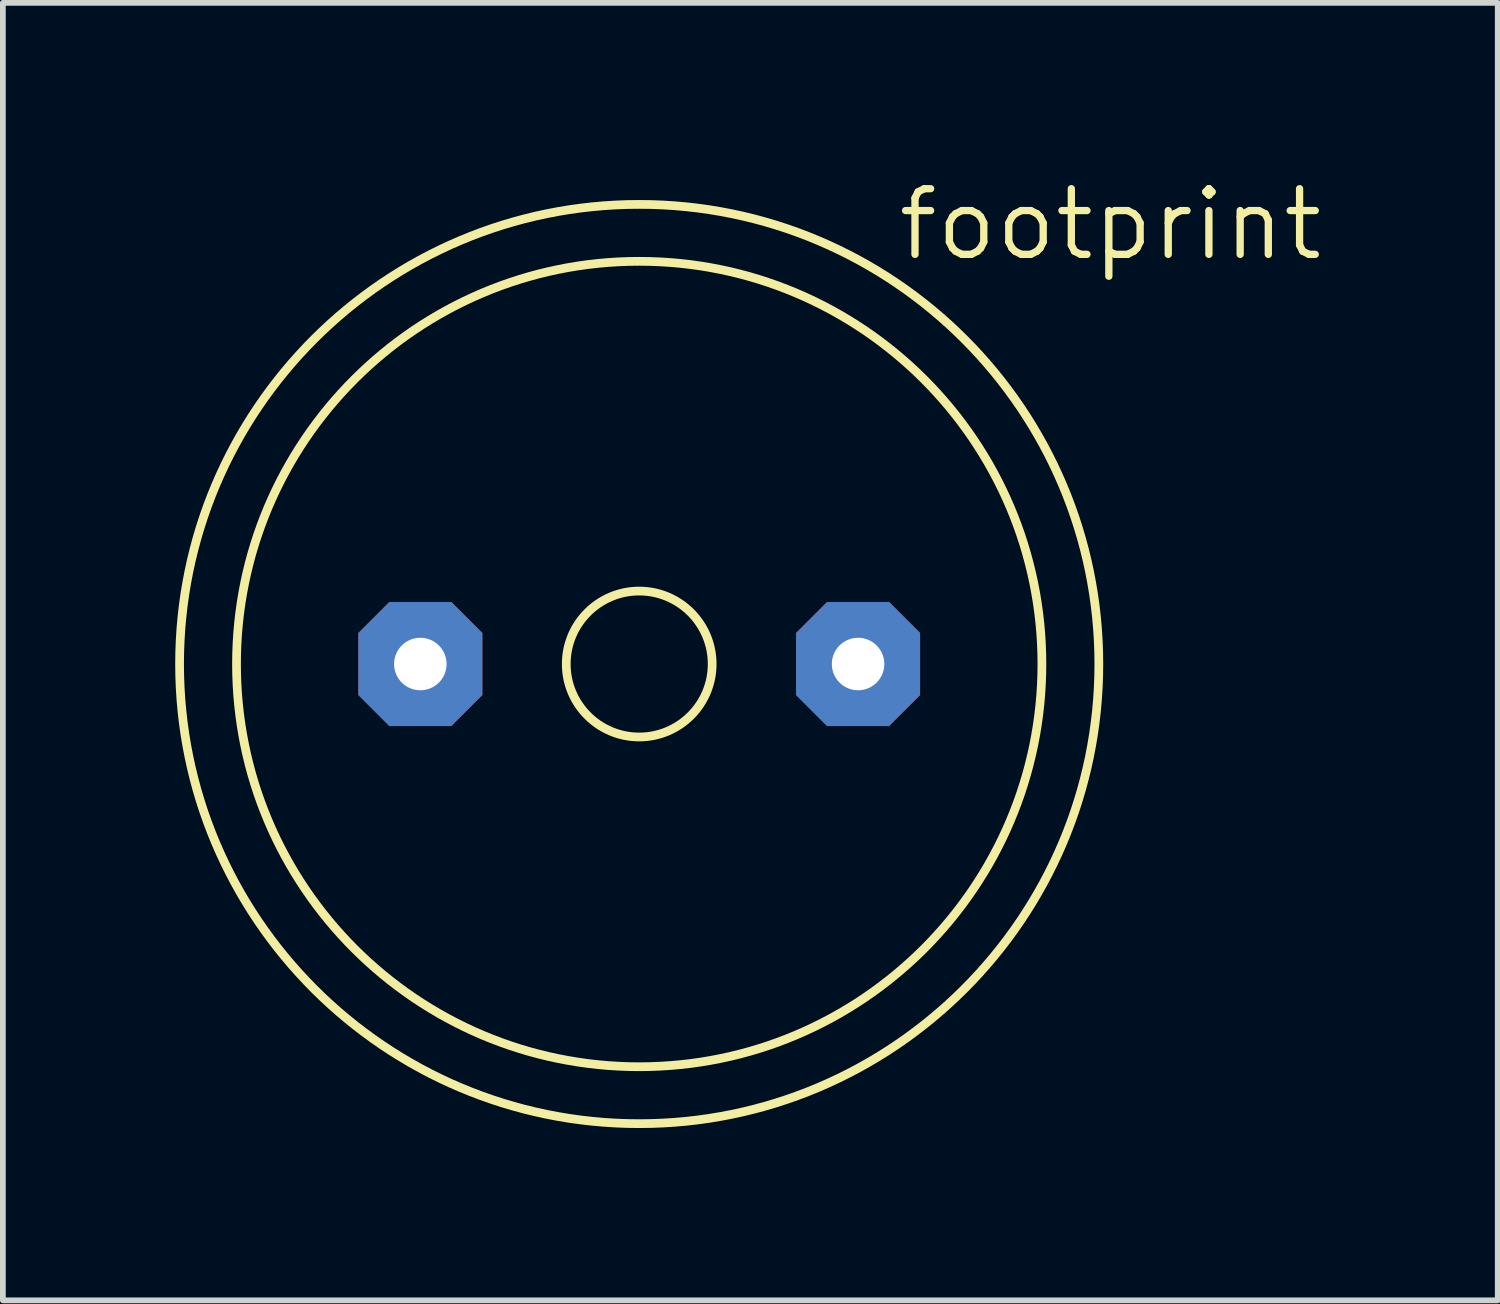
<source format=kicad_pcb>
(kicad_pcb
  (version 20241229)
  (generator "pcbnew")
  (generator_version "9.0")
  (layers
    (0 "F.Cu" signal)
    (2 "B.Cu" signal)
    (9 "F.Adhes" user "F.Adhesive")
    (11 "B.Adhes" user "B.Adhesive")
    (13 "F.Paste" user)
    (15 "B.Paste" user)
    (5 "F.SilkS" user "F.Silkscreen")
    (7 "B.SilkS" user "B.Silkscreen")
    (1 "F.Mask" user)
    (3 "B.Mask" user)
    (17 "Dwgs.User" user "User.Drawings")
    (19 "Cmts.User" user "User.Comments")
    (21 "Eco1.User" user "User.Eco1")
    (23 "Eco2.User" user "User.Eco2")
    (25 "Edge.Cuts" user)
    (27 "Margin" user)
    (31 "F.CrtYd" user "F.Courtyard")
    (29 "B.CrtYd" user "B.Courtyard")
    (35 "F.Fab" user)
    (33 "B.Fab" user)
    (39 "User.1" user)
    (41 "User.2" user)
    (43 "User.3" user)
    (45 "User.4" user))
  (footprint "footprint"
    (layer "F.Cu")
    (at 8.077 8.509)
    (property "Reference" "footprint" (at 4.445 -6.985 0) (layer "F.SilkS") (effects (font (size 1.143 1.143) (thickness 0.127)) (justify left bottom)))
    (fp_circle (center 0 0) (end 1.27 0) (stroke (width 0.152) (type solid)) (fill no) (layer "F.SilkS"))
    (fp_circle (center 0 0) (end 7.01 0) (stroke (width 0.152) (type solid)) (fill no) (layer "F.SilkS"))
    (fp_circle (center 0 0) (end 8.001 0) (stroke (width 0.152) (type solid)) (fill no) (layer "F.SilkS"))
    (pad "+" thru_hole roundrect (at 3.81 0) (size 2.159 2.159) (drill 0.914) (layers "*.Cu" "*.Mask") (roundrect_rratio 0.25) (chamfer_ratio 0.25) (chamfer top_left top_right bottom_left bottom_right))
    (pad "-" thru_hole roundrect (at -3.81 0) (size 2.159 2.159) (drill 0.914) (layers "*.Cu" "*.Mask") (roundrect_rratio 0.25) (chamfer_ratio 0.25) (chamfer top_left top_right bottom_left bottom_right)))
  (gr_rect
    (start -3 -3)
    (end 23.022 19.586)
    (stroke (width 0.1) (type default))
    (fill no)
    (layer "Edge.Cuts")))
</source>
